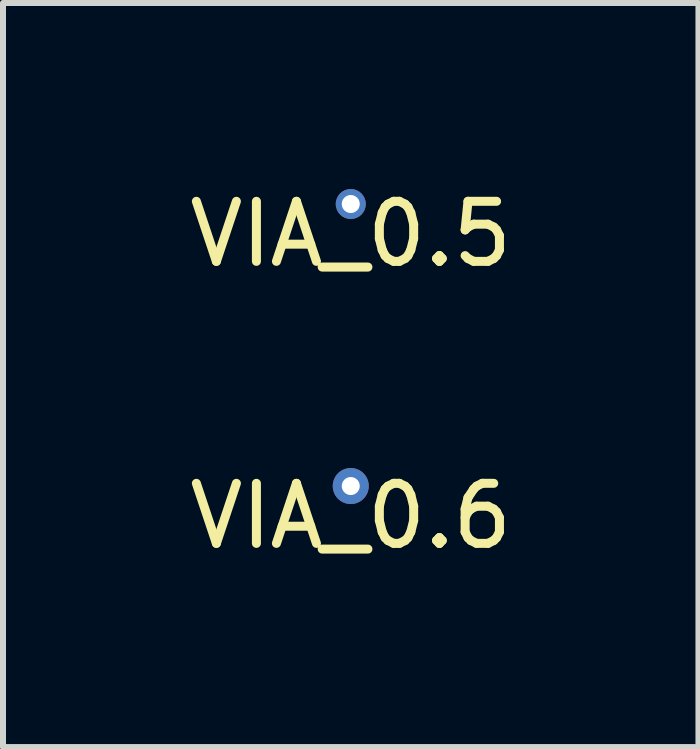
<source format=kicad_pcb>
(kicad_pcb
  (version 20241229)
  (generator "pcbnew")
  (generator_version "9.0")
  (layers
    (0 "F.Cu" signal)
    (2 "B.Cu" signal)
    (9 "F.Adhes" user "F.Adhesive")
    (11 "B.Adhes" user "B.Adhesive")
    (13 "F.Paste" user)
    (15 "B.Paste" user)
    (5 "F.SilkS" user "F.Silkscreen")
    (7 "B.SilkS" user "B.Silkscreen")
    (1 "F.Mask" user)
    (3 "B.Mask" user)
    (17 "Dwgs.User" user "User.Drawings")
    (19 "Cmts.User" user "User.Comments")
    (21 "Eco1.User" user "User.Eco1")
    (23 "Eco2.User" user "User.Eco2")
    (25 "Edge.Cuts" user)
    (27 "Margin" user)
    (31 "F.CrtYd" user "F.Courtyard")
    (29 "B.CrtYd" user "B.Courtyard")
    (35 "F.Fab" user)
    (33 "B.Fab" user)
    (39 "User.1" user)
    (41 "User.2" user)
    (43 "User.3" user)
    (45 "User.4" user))
  (footprint "VIA_0.6"
    (layer "F.Cu")
    (at 2.792 5.045)
    (property "Reference" "VIA_0.6" (at 0 0.5 0) (layer "F.SilkS") (effects (font (size 1 1) (thickness 0.15))))
    (attr through_hole)
    (pad "" thru_hole circle (at 0 0) (size 0.6 0.6) (drill 0.3) (layers "*.Cu")))
  (footprint "VIA_0.5"
    (layer "F.Cu")
    (at 2.792 0.348)
    (property "Reference" "VIA_0.5" (at 0 0.5 0) (layer "F.SilkS") (effects (font (size 1 1) (thickness 0.15))))
    (attr through_hole)
    (pad "" thru_hole circle (at 0 0) (size 0.5 0.5) (drill 0.3) (layers "*.Cu")))
  (gr_rect
    (start -3 -3)
    (end 8.583 9.393)
    (stroke (width 0.1) (type default))
    (fill no)
    (layer "Edge.Cuts")))
</source>
